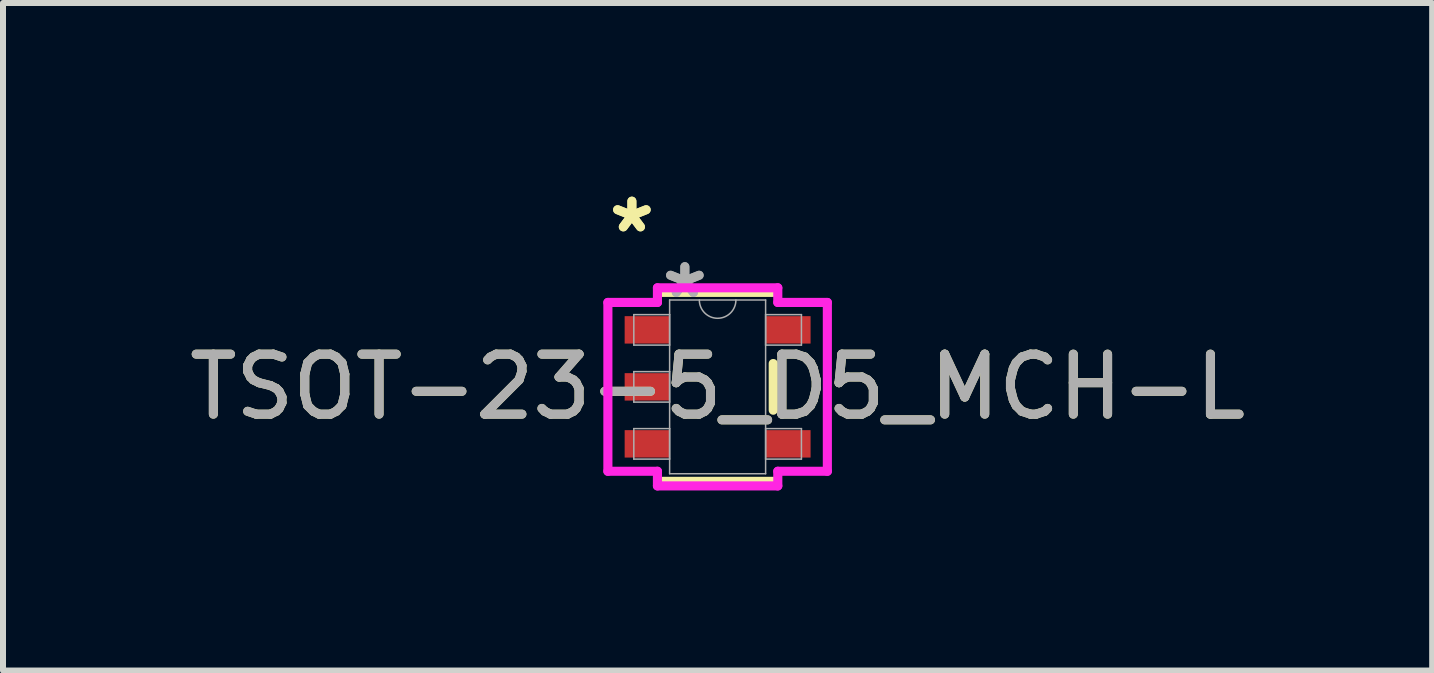
<source format=kicad_pcb>
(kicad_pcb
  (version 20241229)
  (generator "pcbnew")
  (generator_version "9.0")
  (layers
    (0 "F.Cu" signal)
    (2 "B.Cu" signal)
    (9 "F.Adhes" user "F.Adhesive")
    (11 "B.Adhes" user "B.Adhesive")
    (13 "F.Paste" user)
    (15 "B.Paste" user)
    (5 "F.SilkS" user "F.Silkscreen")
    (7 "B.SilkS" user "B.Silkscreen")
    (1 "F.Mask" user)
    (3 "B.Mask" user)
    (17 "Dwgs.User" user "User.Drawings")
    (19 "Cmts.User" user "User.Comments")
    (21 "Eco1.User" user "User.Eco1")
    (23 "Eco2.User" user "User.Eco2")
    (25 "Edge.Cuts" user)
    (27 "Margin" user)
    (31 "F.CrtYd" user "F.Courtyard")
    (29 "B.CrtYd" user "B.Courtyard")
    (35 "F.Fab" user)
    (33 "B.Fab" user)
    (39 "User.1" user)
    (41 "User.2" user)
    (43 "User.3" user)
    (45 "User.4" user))
  (footprint "TSOT-23-5_D5_MCH-L"
    (layer "F.Cu")
    (at 8.911 3.398)
    (property "Reference" "TSOT-23-5_D5_MCH-L" (at 0 0 0) (unlocked yes) (layer "F.SilkS") (effects (font (size 1 1) (thickness 0.15))))
    (attr smd)
    (fp_line (start -0.927 1.575) (end 0.927 1.575) (stroke (width 0.152) (type solid)) (layer "F.SilkS"))
    (fp_line (start 0.927 -1.575) (end -0.927 -1.575) (stroke (width 0.152) (type solid)) (layer "F.SilkS"))
    (fp_line (start 0.927 0.389) (end 0.927 -0.389) (stroke (width 0.152) (type solid)) (layer "F.SilkS"))
    (fp_line (start -1.829 -1.407) (end -1.003 -1.407) (stroke (width 0.152) (type solid)) (layer "F.CrtYd"))
    (fp_line (start -1.829 1.407) (end -1.829 -1.407) (stroke (width 0.152) (type solid)) (layer "F.CrtYd"))
    (fp_line (start -1.003 -1.651) (end 1.003 -1.651) (stroke (width 0.152) (type solid)) (layer "F.CrtYd"))
    (fp_line (start -1.003 -1.407) (end -1.003 -1.651) (stroke (width 0.152) (type solid)) (layer "F.CrtYd"))
    (fp_line (start -1.003 1.407) (end -1.829 1.407) (stroke (width 0.152) (type solid)) (layer "F.CrtYd"))
    (fp_line (start -1.003 1.651) (end -1.003 1.407) (stroke (width 0.152) (type solid)) (layer "F.CrtYd"))
    (fp_line (start 1.003 -1.651) (end 1.003 -1.407) (stroke (width 0.152) (type solid)) (layer "F.CrtYd"))
    (fp_line (start 1.003 -1.407) (end 1.829 -1.407) (stroke (width 0.152) (type solid)) (layer "F.CrtYd"))
    (fp_line (start 1.003 1.407) (end 1.003 1.651) (stroke (width 0.152) (type solid)) (layer "F.CrtYd"))
    (fp_line (start 1.003 1.651) (end -1.003 1.651) (stroke (width 0.152) (type solid)) (layer "F.CrtYd"))
    (fp_line (start 1.829 -1.407) (end 1.829 1.407) (stroke (width 0.152) (type solid)) (layer "F.CrtYd"))
    (fp_line (start 1.829 1.407) (end 1.003 1.407) (stroke (width 0.152) (type solid)) (layer "F.CrtYd"))
    (fp_line (start -1.397 -1.204) (end -1.397 -0.696) (stroke (width 0.025) (type solid)) (layer "F.Fab"))
    (fp_line (start -1.397 -0.696) (end -0.8 -0.696) (stroke (width 0.025) (type solid)) (layer "F.Fab"))
    (fp_line (start -1.397 -0.254) (end -1.397 0.254) (stroke (width 0.025) (type solid)) (layer "F.Fab"))
    (fp_line (start -1.397 0.254) (end -0.8 0.254) (stroke (width 0.025) (type solid)) (layer "F.Fab"))
    (fp_line (start -1.397 0.696) (end -1.397 1.204) (stroke (width 0.025) (type solid)) (layer "F.Fab"))
    (fp_line (start -1.397 1.204) (end -0.8 1.204) (stroke (width 0.025) (type solid)) (layer "F.Fab"))
    (fp_line (start -0.8 -1.448) (end -0.8 1.448) (stroke (width 0.025) (type solid)) (layer "F.Fab"))
    (fp_line (start -0.8 -1.204) (end -1.397 -1.204) (stroke (width 0.025) (type solid)) (layer "F.Fab"))
    (fp_line (start -0.8 -0.696) (end -0.8 -1.204) (stroke (width 0.025) (type solid)) (layer "F.Fab"))
    (fp_line (start -0.8 -0.254) (end -1.397 -0.254) (stroke (width 0.025) (type solid)) (layer "F.Fab"))
    (fp_line (start -0.8 0.254) (end -0.8 -0.254) (stroke (width 0.025) (type solid)) (layer "F.Fab"))
    (fp_line (start -0.8 0.696) (end -1.397 0.696) (stroke (width 0.025) (type solid)) (layer "F.Fab"))
    (fp_line (start -0.8 1.204) (end -0.8 0.696) (stroke (width 0.025) (type solid)) (layer "F.Fab"))
    (fp_line (start -0.8 1.448) (end 0.8 1.448) (stroke (width 0.025) (type solid)) (layer "F.Fab"))
    (fp_line (start 0.8 -1.448) (end -0.8 -1.448) (stroke (width 0.025) (type solid)) (layer "F.Fab"))
    (fp_line (start 0.8 -1.204) (end 0.8 -0.696) (stroke (width 0.025) (type solid)) (layer "F.Fab"))
    (fp_line (start 0.8 -0.696) (end 1.397 -0.696) (stroke (width 0.025) (type solid)) (layer "F.Fab"))
    (fp_line (start 0.8 0.696) (end 0.8 1.204) (stroke (width 0.025) (type solid)) (layer "F.Fab"))
    (fp_line (start 0.8 1.204) (end 1.397 1.204) (stroke (width 0.025) (type solid)) (layer "F.Fab"))
    (fp_line (start 0.8 1.448) (end 0.8 -1.448) (stroke (width 0.025) (type solid)) (layer "F.Fab"))
    (fp_line (start 1.397 -1.204) (end 0.8 -1.204) (stroke (width 0.025) (type solid)) (layer "F.Fab"))
    (fp_line (start 1.397 -0.696) (end 1.397 -1.204) (stroke (width 0.025) (type solid)) (layer "F.Fab"))
    (fp_line (start 1.397 0.696) (end 0.8 0.696) (stroke (width 0.025) (type solid)) (layer "F.Fab"))
    (fp_line (start 1.397 1.204) (end 1.397 0.696) (stroke (width 0.025) (type solid)) (layer "F.Fab"))
    (fp_arc (start 0.3048 -1.4478) (mid 0 -1.143) (end -0.3048 -1.4478) (stroke (width 0.0254) (type solid)) (layer "F.Fab"))
    (fp_text user "*" (at -1.429 -2.55 0) (layer "F.SilkS") (effects (font (size 1 1) (thickness 0.15))))
    (fp_text user "*" (at -1.429 -2.55 0) (unlocked yes) (layer "F.SilkS") (effects (font (size 1 1) (thickness 0.15))))
    (fp_text user "*" (at -0.546 -1.458 0) (layer "F.Fab") (effects (font (size 1 1) (thickness 0.15))))
    (fp_text user "${REFERENCE}" (at 0 0 0) (unlocked yes) (layer "F.Fab") (effects (font (size 1 1) (thickness 0.15))))
    (fp_text user "*" (at -0.546 -1.458 0) (unlocked yes) (layer "F.Fab") (effects (font (size 1 1) (thickness 0.15))))
    (pad "1" smd rect (at -1.175 -0.95) (size 0.749 0.457) (layers "F.Cu" "F.Mask" "F.Paste"))
    (pad "2" smd rect (at -1.175 0) (size 0.749 0.457) (layers "F.Cu" "F.Mask" "F.Paste"))
    (pad "3" smd rect (at -1.175 0.95) (size 0.749 0.457) (layers "F.Cu" "F.Mask" "F.Paste"))
    (pad "4" smd rect (at 1.175 0.95) (size 0.749 0.457) (layers "F.Cu" "F.Mask" "F.Paste"))
    (pad "5" smd rect (at 1.175 -0.95) (size 0.749 0.457) (layers "F.Cu" "F.Mask" "F.Paste")))
  (gr_rect
    (start -3 -3)
    (end 20.821 8.126)
    (stroke (width 0.1) (type default))
    (fill no)
    (layer "Edge.Cuts")))
</source>
